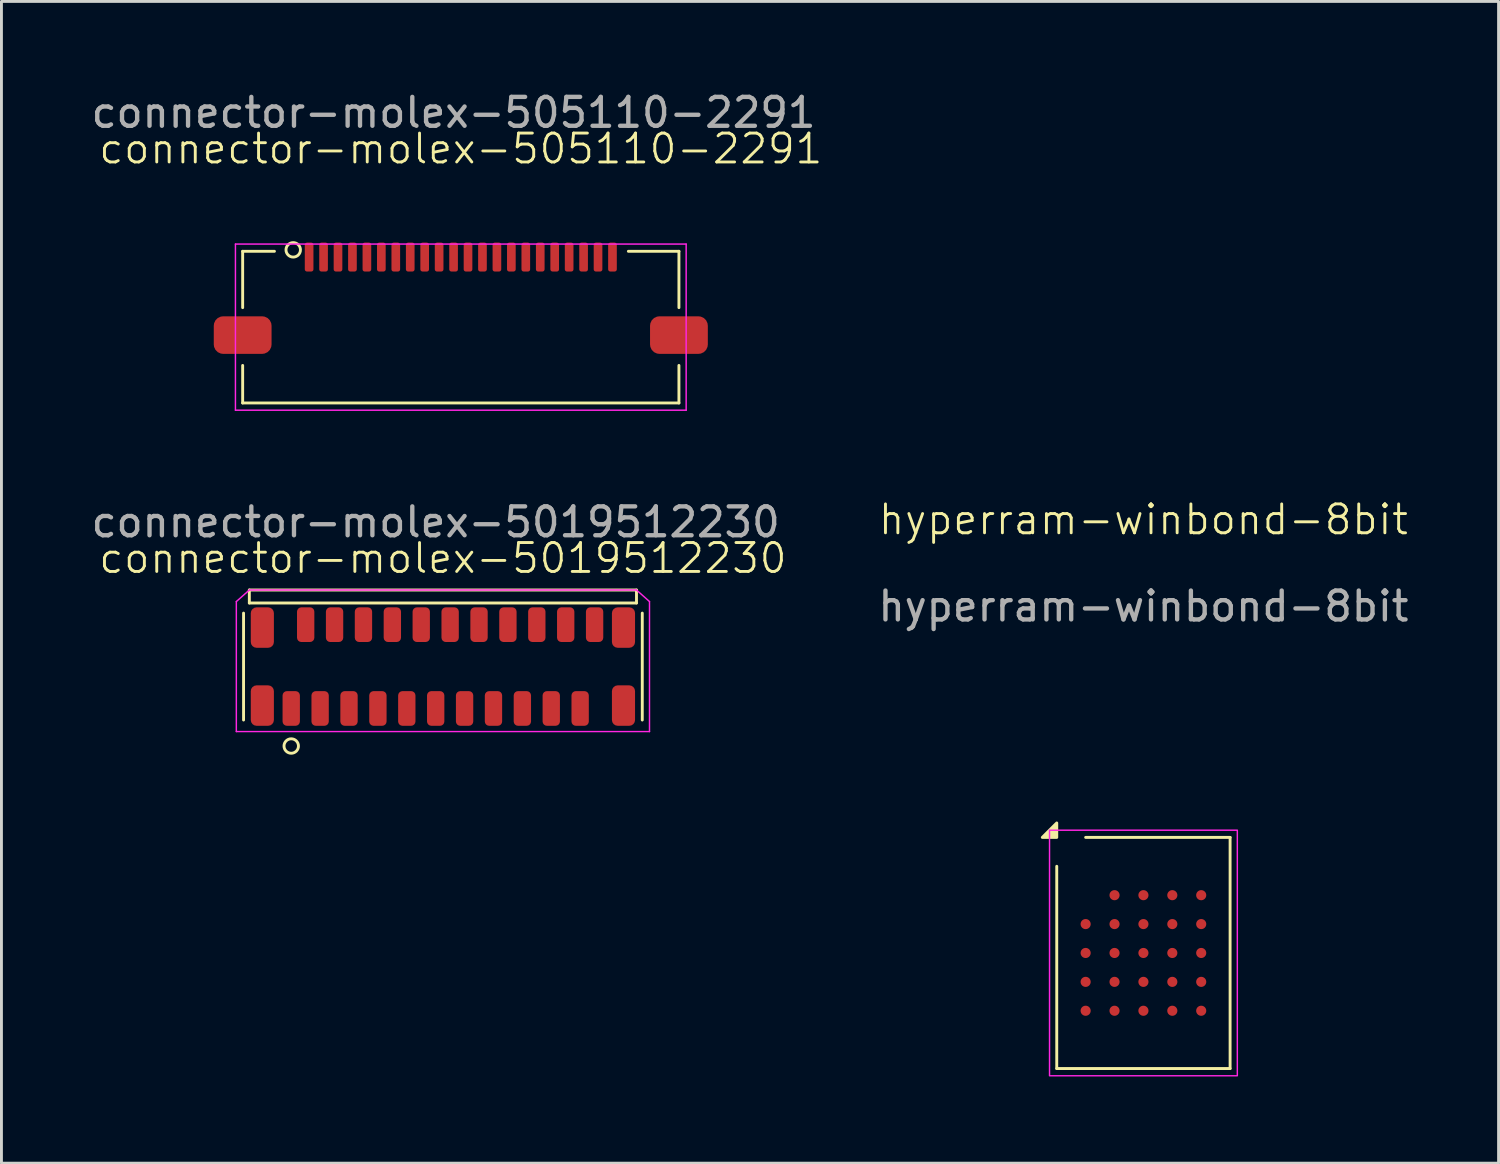
<source format=kicad_pcb>
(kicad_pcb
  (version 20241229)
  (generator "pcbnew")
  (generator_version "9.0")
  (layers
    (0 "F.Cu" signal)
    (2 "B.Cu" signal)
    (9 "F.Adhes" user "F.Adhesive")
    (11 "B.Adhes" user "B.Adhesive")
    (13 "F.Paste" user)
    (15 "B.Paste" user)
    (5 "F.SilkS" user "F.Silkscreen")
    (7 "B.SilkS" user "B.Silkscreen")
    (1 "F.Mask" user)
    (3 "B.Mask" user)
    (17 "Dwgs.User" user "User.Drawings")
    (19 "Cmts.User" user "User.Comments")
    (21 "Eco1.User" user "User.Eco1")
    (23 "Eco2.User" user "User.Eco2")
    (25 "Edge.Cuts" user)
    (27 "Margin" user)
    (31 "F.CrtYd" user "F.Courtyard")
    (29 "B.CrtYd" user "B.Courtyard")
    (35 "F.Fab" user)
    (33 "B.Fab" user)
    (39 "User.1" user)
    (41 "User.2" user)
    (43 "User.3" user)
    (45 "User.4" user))
  (footprint "hyperram-winbond-8bit"
    (layer "F.Cu")
    (at 36.526 29.934)
    (property "Reference" "hyperram-winbond-8bit" (at 0 -15 0) (unlocked yes) (layer "F.SilkS") (effects (font (size 1 1) (thickness 0.1))))
    (attr smd)
    (fp_line (start -3 4) (end -3 -3) (stroke (width 0.1) (type default)) (layer "F.SilkS"))
    (fp_line (start -2 -4) (end 3 -4) (stroke (width 0.1) (type default)) (layer "F.SilkS"))
    (fp_line (start 3 -4) (end 3 4) (stroke (width 0.1) (type default)) (layer "F.SilkS"))
    (fp_line (start 3 4) (end -3 4) (stroke (width 0.1) (type default)) (layer "F.SilkS"))
    (fp_poly (pts (xy -3 -4.5) (xy -3 -4) (xy -3.5 -4)) (stroke (width 0.1) (type solid)) (fill yes) (layer "F.SilkS"))
    (fp_rect (start -3.25 -4.25) (end 3.25 4.25) (stroke (width 0.05) (type default)) (fill no) (layer "F.CrtYd"))
    (fp_text user "${REFERENCE}" (at 0 -12 0) (unlocked yes) (layer "F.Fab") (effects (font (size 1 1) (thickness 0.15))))
    (pad "A2" smd circle (at -1 -2) (size 0.35 0.35) (layers "F.Cu" "F.Mask" "F.Paste"))
    (pad "A3" smd circle (at 0 -2) (size 0.35 0.35) (layers "F.Cu" "F.Mask" "F.Paste"))
    (pad "A4" smd circle (at 1 -2) (size 0.35 0.35) (layers "F.Cu" "F.Mask" "F.Paste"))
    (pad "A5" smd circle (at 2 -2) (size 0.35 0.35) (layers "F.Cu" "F.Mask" "F.Paste"))
    (pad "B1" smd circle (at -2 -1) (size 0.35 0.35) (layers "F.Cu" "F.Mask" "F.Paste"))
    (pad "B2" smd circle (at -1 -1) (size 0.35 0.35) (layers "F.Cu" "F.Mask" "F.Paste"))
    (pad "B3" smd circle (at 0 -1) (size 0.35 0.35) (layers "F.Cu" "F.Mask" "F.Paste"))
    (pad "B4" smd circle (at 1 -1) (size 0.35 0.35) (layers "F.Cu" "F.Mask" "F.Paste"))
    (pad "B5" smd circle (at 2 -1) (size 0.35 0.35) (layers "F.Cu" "F.Mask" "F.Paste"))
    (pad "C1" smd circle (at -2 0) (size 0.35 0.35) (layers "F.Cu" "F.Mask" "F.Paste"))
    (pad "C2" smd circle (at -1 0) (size 0.35 0.35) (layers "F.Cu" "F.Mask" "F.Paste"))
    (pad "C3" smd circle (at 0 0) (size 0.35 0.35) (layers "F.Cu" "F.Mask" "F.Paste"))
    (pad "C4" smd circle (at 1 0) (size 0.35 0.35) (layers "F.Cu" "F.Mask" "F.Paste"))
    (pad "C5" smd circle (at 2 0) (size 0.35 0.35) (layers "F.Cu" "F.Mask" "F.Paste"))
    (pad "D1" smd circle (at -2 1) (size 0.35 0.35) (layers "F.Cu" "F.Mask" "F.Paste"))
    (pad "D2" smd circle (at -1 1) (size 0.35 0.35) (layers "F.Cu" "F.Mask" "F.Paste"))
    (pad "D3" smd circle (at 0 1) (size 0.35 0.35) (layers "F.Cu" "F.Mask" "F.Paste"))
    (pad "D4" smd circle (at 1 1) (size 0.35 0.35) (layers "F.Cu" "F.Mask" "F.Paste"))
    (pad "D5" smd circle (at 2 1) (size 0.35 0.35) (layers "F.Cu" "F.Mask" "F.Paste"))
    (pad "E1" smd circle (at -2 2) (size 0.35 0.35) (layers "F.Cu" "F.Mask" "F.Paste"))
    (pad "E2" smd circle (at -1 2) (size 0.35 0.35) (layers "F.Cu" "F.Mask" "F.Paste"))
    (pad "E3" smd circle (at 0 2) (size 0.35 0.35) (layers "F.Cu" "F.Mask" "F.Paste"))
    (pad "E4" smd circle (at 1 2) (size 0.35 0.35) (layers "F.Cu" "F.Mask" "F.Paste"))
    (pad "E5" smd circle (at 2 2) (size 0.35 0.35) (layers "F.Cu" "F.Mask" "F.Paste")))
  (footprint "connector-molex-5019512230"
    (layer "F.Cu")
    (at 12.28 20.021)
    (property "Reference" "connector-molex-5019512230" (at 0 -3.75 0) (unlocked yes) (layer "F.SilkS") (effects (font (size 1 1) (thickness 0.1))))
    (attr smd)
    (fp_line (start -6.9 -1.85) (end -6.9 1.85) (stroke (width 0.1) (type default)) (layer "F.SilkS"))
    (fp_line (start -6.7 -2.65) (end 6.7 -2.65) (stroke (width 0.1) (type default)) (layer "F.SilkS"))
    (fp_line (start -6.7 -2.2) (end -6.7 -2.65) (stroke (width 0.1) (type default)) (layer "F.SilkS"))
    (fp_line (start -6.7 -2.2) (end 6.7 -2.2) (stroke (width 0.1) (type default)) (layer "F.SilkS"))
    (fp_line (start 6.7 -2.2) (end 6.7 -2.65) (stroke (width 0.1) (type default)) (layer "F.SilkS"))
    (fp_line (start 6.9 -1.85) (end 6.9 1.85) (stroke (width 0.1) (type default)) (layer "F.SilkS"))
    (fp_circle (center -5.25 2.75) (end -5 2.75) (stroke (width 0.1) (type default)) (fill no) (layer "F.SilkS"))
    (fp_line (start -7.15 -2.25) (end -7.15 2.25) (stroke (width 0.05) (type default)) (layer "F.CrtYd"))
    (fp_line (start -7.15 -2.25) (end -6.7 -2.65) (stroke (width 0.05) (type default)) (layer "F.CrtYd"))
    (fp_line (start -7.15 2.25) (end 7.15 2.25) (stroke (width 0.05) (type default)) (layer "F.CrtYd"))
    (fp_line (start -6.7 -2.65) (end 6.7 -2.65) (stroke (width 0.05) (type default)) (layer "F.CrtYd"))
    (fp_line (start 7.15 -2.25) (end 6.7 -2.65) (stroke (width 0.05) (type default)) (layer "F.CrtYd"))
    (fp_line (start 7.15 -2.25) (end 7.15 2.25) (stroke (width 0.05) (type default)) (layer "F.CrtYd"))
    (fp_text user "${REFERENCE}" (at -0.25 -5 0) (unlocked yes) (layer "F.Fab") (effects (font (size 1 1) (thickness 0.15))))
    (pad "" smd roundrect (at -6.25 -1.35) (size 0.8 1.4) (layers "F.Cu" "F.Mask" "F.Paste") (roundrect_rratio 0.25))
    (pad "" smd roundrect (at -6.25 1.35) (size 0.8 1.4) (layers "F.Cu" "F.Mask" "F.Paste") (roundrect_rratio 0.25))
    (pad "" smd roundrect (at 6.25 -1.35) (size 0.8 1.4) (layers "F.Cu" "F.Mask" "F.Paste") (roundrect_rratio 0.25))
    (pad "" smd roundrect (at 6.25 1.35) (size 0.8 1.4) (layers "F.Cu" "F.Mask" "F.Paste") (roundrect_rratio 0.25))
    (pad "1" smd roundrect (at -5.25 1.45) (size 0.6 1.2) (layers "F.Cu" "F.Mask" "F.Paste") (roundrect_rratio 0.25))
    (pad "2" smd roundrect (at -4.75 -1.45) (size 0.6 1.2) (layers "F.Cu" "F.Mask" "F.Paste") (roundrect_rratio 0.25))
    (pad "3" smd roundrect (at -4.25 1.45) (size 0.6 1.2) (layers "F.Cu" "F.Mask" "F.Paste") (roundrect_rratio 0.25))
    (pad "4" smd roundrect (at -3.75 -1.45) (size 0.6 1.2) (layers "F.Cu" "F.Mask" "F.Paste") (roundrect_rratio 0.25))
    (pad "5" smd roundrect (at -3.25 1.45) (size 0.6 1.2) (layers "F.Cu" "F.Mask" "F.Paste") (roundrect_rratio 0.25))
    (pad "6" smd roundrect (at -2.75 -1.45) (size 0.6 1.2) (layers "F.Cu" "F.Mask" "F.Paste") (roundrect_rratio 0.25))
    (pad "7" smd roundrect (at -2.25 1.45) (size 0.6 1.2) (layers "F.Cu" "F.Mask" "F.Paste") (roundrect_rratio 0.25))
    (pad "8" smd roundrect (at -1.75 -1.45) (size 0.6 1.2) (layers "F.Cu" "F.Mask" "F.Paste") (roundrect_rratio 0.25))
    (pad "9" smd roundrect (at -1.25 1.45) (size 0.6 1.2) (layers "F.Cu" "F.Mask" "F.Paste") (roundrect_rratio 0.25))
    (pad "10" smd roundrect (at -0.75 -1.45) (size 0.6 1.2) (layers "F.Cu" "F.Mask" "F.Paste") (roundrect_rratio 0.25))
    (pad "11" smd roundrect (at -0.25 1.45) (size 0.6 1.2) (layers "F.Cu" "F.Mask" "F.Paste") (roundrect_rratio 0.25))
    (pad "12" smd roundrect (at 0.25 -1.45) (size 0.6 1.2) (layers "F.Cu" "F.Mask" "F.Paste") (roundrect_rratio 0.25))
    (pad "13" smd roundrect (at 0.75 1.45) (size 0.6 1.2) (layers "F.Cu" "F.Mask" "F.Paste") (roundrect_rratio 0.25))
    (pad "14" smd roundrect (at 1.25 -1.45) (size 0.6 1.2) (layers "F.Cu" "F.Mask" "F.Paste") (roundrect_rratio 0.25))
    (pad "15" smd roundrect (at 1.75 1.45) (size 0.6 1.2) (layers "F.Cu" "F.Mask" "F.Paste") (roundrect_rratio 0.25))
    (pad "16" smd roundrect (at 2.25 -1.45) (size 0.6 1.2) (layers "F.Cu" "F.Mask" "F.Paste") (roundrect_rratio 0.25))
    (pad "17" smd roundrect (at 2.75 1.45) (size 0.6 1.2) (layers "F.Cu" "F.Mask" "F.Paste") (roundrect_rratio 0.25))
    (pad "18" smd roundrect (at 3.25 -1.45) (size 0.6 1.2) (layers "F.Cu" "F.Mask" "F.Paste") (roundrect_rratio 0.25))
    (pad "19" smd roundrect (at 3.75 1.45) (size 0.6 1.2) (layers "F.Cu" "F.Mask" "F.Paste") (roundrect_rratio 0.25))
    (pad "20" smd roundrect (at 4.25 -1.45) (size 0.6 1.2) (layers "F.Cu" "F.Mask" "F.Paste") (roundrect_rratio 0.25))
    (pad "21" smd roundrect (at 4.75 1.45) (size 0.6 1.2) (layers "F.Cu" "F.Mask" "F.Paste") (roundrect_rratio 0.25))
    (pad "22" smd roundrect (at 5.25 -1.45) (size 0.6 1.2) (layers "F.Cu" "F.Mask" "F.Paste") (roundrect_rratio 0.25)))
  (footprint "connector-molex-505110-2291"
    (layer "F.Cu")
    (at 12.899 5.848)
    (property "Reference" "connector-molex-505110-2291" (at 0 -3.75 0) (unlocked yes) (layer "F.SilkS") (effects (font (size 1 1) (thickness 0.1))))
    (attr smd)
    (fp_line (start -7.55 -0.2) (end -7.55 1.75) (stroke (width 0.1) (type default)) (layer "F.SilkS"))
    (fp_line (start -7.55 -0.2) (end -6.45 -0.2) (stroke (width 0.1) (type default)) (layer "F.SilkS"))
    (fp_line (start -7.55 5.05) (end -7.55 3.75) (stroke (width 0.1) (type default)) (layer "F.SilkS"))
    (fp_line (start -7.55 5.05) (end 7.55 5.05) (stroke (width 0.1) (type default)) (layer "F.SilkS"))
    (fp_line (start 7.55 -0.2) (end 5.8 -0.2) (stroke (width 0.1) (type default)) (layer "F.SilkS"))
    (fp_line (start 7.55 -0.2) (end 7.55 1.75) (stroke (width 0.1) (type default)) (layer "F.SilkS"))
    (fp_line (start 7.55 5.05) (end 7.55 3.75) (stroke (width 0.1) (type default)) (layer "F.SilkS"))
    (fp_circle (center -5.8 -0.25) (end -5.55 -0.25) (stroke (width 0.1) (type default)) (fill no) (layer "F.SilkS"))
    (fp_line (start -7.8 -0.45) (end -7.8 5.3) (stroke (width 0.05) (type solid)) (layer "F.CrtYd"))
    (fp_line (start -7.8 -0.45) (end 7.8 -0.45) (stroke (width 0.05) (type default)) (layer "F.CrtYd"))
    (fp_line (start 7.8 -0.45) (end 7.8 5.3) (stroke (width 0.05) (type solid)) (layer "F.CrtYd"))
    (fp_line (start 7.8 5.3) (end -7.8 5.3) (stroke (width 0.05) (type default)) (layer "F.CrtYd"))
    (fp_text user "${REFERENCE}" (at -0.25 -5 0) (unlocked yes) (layer "F.Fab") (effects (font (size 1 1) (thickness 0.15))))
    (pad "" smd roundrect (at -7.55 2.7) (size 2 1.3) (layers "F.Cu" "F.Mask" "F.Paste") (roundrect_rratio 0.25))
    (pad "" smd roundrect (at 7.55 2.7) (size 2 1.3) (layers "F.Cu" "F.Mask" "F.Paste") (roundrect_rratio 0.25))
    (pad "1" smd roundrect (at -5.25 0) (size 0.3 1) (layers "F.Cu" "F.Mask" "F.Paste") (roundrect_rratio 0.25))
    (pad "2" smd roundrect (at -4.75 0) (size 0.3 1) (layers "F.Cu" "F.Mask" "F.Paste") (roundrect_rratio 0.25))
    (pad "3" smd roundrect (at -4.25 0) (size 0.3 1) (layers "F.Cu" "F.Mask" "F.Paste") (roundrect_rratio 0.25))
    (pad "4" smd roundrect (at -3.75 0) (size 0.3 1) (layers "F.Cu" "F.Mask" "F.Paste") (roundrect_rratio 0.25))
    (pad "5" smd roundrect (at -3.25 0) (size 0.3 1) (layers "F.Cu" "F.Mask" "F.Paste") (roundrect_rratio 0.25))
    (pad "6" smd roundrect (at -2.75 0) (size 0.3 1) (layers "F.Cu" "F.Mask" "F.Paste") (roundrect_rratio 0.25))
    (pad "7" smd roundrect (at -2.25 0) (size 0.3 1) (layers "F.Cu" "F.Mask" "F.Paste") (roundrect_rratio 0.25))
    (pad "8" smd roundrect (at -1.75 0) (size 0.3 1) (layers "F.Cu" "F.Mask" "F.Paste") (roundrect_rratio 0.25))
    (pad "9" smd roundrect (at -1.25 0) (size 0.3 1) (layers "F.Cu" "F.Mask" "F.Paste") (roundrect_rratio 0.25))
    (pad "10" smd roundrect (at -0.75 0) (size 0.3 1) (layers "F.Cu" "F.Mask" "F.Paste") (roundrect_rratio 0.25))
    (pad "11" smd roundrect (at -0.25 0) (size 0.3 1) (layers "F.Cu" "F.Mask" "F.Paste") (roundrect_rratio 0.25))
    (pad "12" smd roundrect (at 0.25 0) (size 0.3 1) (layers "F.Cu" "F.Mask" "F.Paste") (roundrect_rratio 0.25))
    (pad "13" smd roundrect (at 0.75 0) (size 0.3 1) (layers "F.Cu" "F.Mask" "F.Paste") (roundrect_rratio 0.25))
    (pad "14" smd roundrect (at 1.25 0) (size 0.3 1) (layers "F.Cu" "F.Mask" "F.Paste") (roundrect_rratio 0.25))
    (pad "15" smd roundrect (at 1.75 0) (size 0.3 1) (layers "F.Cu" "F.Mask" "F.Paste") (roundrect_rratio 0.25))
    (pad "16" smd roundrect (at 2.25 0) (size 0.3 1) (layers "F.Cu" "F.Mask" "F.Paste") (roundrect_rratio 0.25))
    (pad "17" smd roundrect (at 2.75 0) (size 0.3 1) (layers "F.Cu" "F.Mask" "F.Paste") (roundrect_rratio 0.25))
    (pad "18" smd roundrect (at 3.25 0) (size 0.3 1) (layers "F.Cu" "F.Mask" "F.Paste") (roundrect_rratio 0.25))
    (pad "19" smd roundrect (at 3.75 0) (size 0.3 1) (layers "F.Cu" "F.Mask" "F.Paste") (roundrect_rratio 0.25))
    (pad "20" smd roundrect (at 4.25 0) (size 0.3 1) (layers "F.Cu" "F.Mask" "F.Paste") (roundrect_rratio 0.25))
    (pad "21" smd roundrect (at 4.75 0) (size 0.3 1) (layers "F.Cu" "F.Mask" "F.Paste") (roundrect_rratio 0.25))
    (pad "22" smd roundrect (at 5.25 0) (size 0.3 1) (layers "F.Cu" "F.Mask" "F.Paste") (roundrect_rratio 0.25)))
  (gr_rect
    (start -3 -3)
    (end 48.818 37.209)
    (stroke (width 0.1) (type default))
    (fill no)
    (layer "Edge.Cuts")))
</source>
